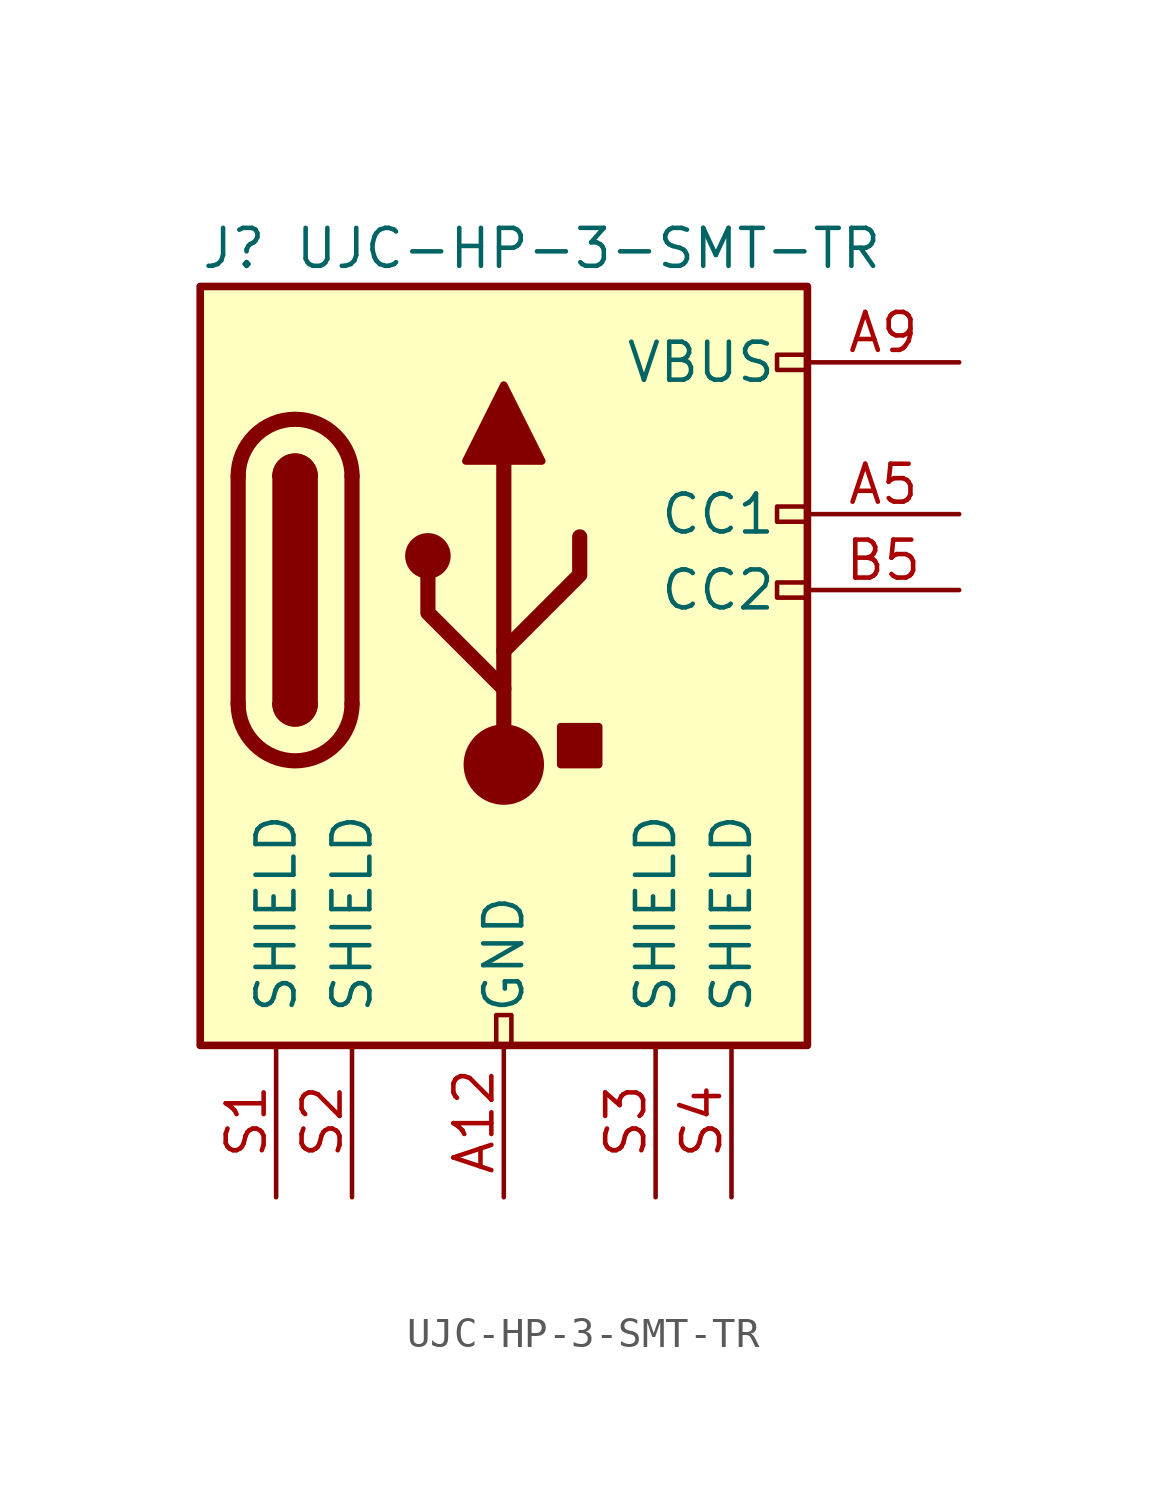
<source format=kicad_sym>
(kicad_symbol_lib
  (version 20211014)
  (generator kicad_symbol_editor)
  (symbol "UJC-HP-3-SMT-TR"
    (pin_names
      (offset 1.016))
    (property "Reference" "J"
      (at -10.16 19.05 0)
      (effects (font (size 1.27 1.27)) (justify left)))
    (property "Value" "UJC-HP-3-SMT-TR"
      (at 12.7 19.05 0)
      (effects (font (size 1.27 1.27)) (justify right)))
    (symbol "UJC-HP-3-SMT-TR_0_0"
      (rectangle (start -0.254 -7.62) (end 0.254 -6.604) (stroke (width 0) (type default) (color 0 0 0 0)) (fill (type none)))
      (rectangle (start 10.16 7.874) (end 9.144 7.366) (stroke (width 0) (type default) (color 0 0 0 0)) (fill (type none)))
      (rectangle (start 10.16 10.414) (end 9.144 9.906) (stroke (width 0) (type default) (color 0 0 0 0)) (fill (type none)))
      (rectangle (start 10.16 15.494) (end 9.144 14.986) (stroke (width 0) (type default) (color 0 0 0 0)) (fill (type none)))
      (pin passive line (at 7.62 -12.7 90) (length 5.08) (name "SHIELD" (effects (font (size 1.27 1.27)))) (number "S4" (effects (font (size 1.27 1.27))))))
    (symbol "UJC-HP-3-SMT-TR_0_1"
      (rectangle (start -10.16 17.78) (end 10.16 -7.62) (stroke (width 0.254) (type default) (color 0 0 0 0)) (fill (type background)))
      (arc (start -8.89 3.81) (mid -6.985 1.905) (end -5.08 3.81) (stroke (width 0.508) (type default) (color 0 0 0 0)) (fill (type none)))
      (arc (start -7.62 3.81) (mid -6.985 3.175) (end -6.35 3.81) (stroke (width 0.254) (type default) (color 0 0 0 0)) (fill (type none)))
      (arc (start -7.62 3.81) (mid -6.985 3.175) (end -6.35 3.81) (stroke (width 0.254) (type default) (color 0 0 0 0)) (fill (type outline)))
      (rectangle (start -7.62 3.81) (end -6.35 11.43) (stroke (width 0.254) (type default) (color 0 0 0 0)) (fill (type outline)))
      (arc (start -6.35 11.43) (mid -6.985 12.065) (end -7.62 11.43) (stroke (width 0.254) (type default) (color 0 0 0 0)) (fill (type none)))
      (arc (start -6.35 11.43) (mid -6.985 12.065) (end -7.62 11.43) (stroke (width 0.254) (type default) (color 0 0 0 0)) (fill (type outline)))
      (arc (start -5.08 11.43) (mid -6.985 13.335) (end -8.89 11.43) (stroke (width 0.508) (type default) (color 0 0 0 0)) (fill (type none)))
      (circle (center -2.54 8.763) (radius 0.635) (stroke (width 0.254) (type default) (color 0 0 0 0)) (fill (type outline)))
      (polyline (pts (xy -8.89 3.81) (xy -8.89 11.43)) (stroke (width 0.508) (type default) (color 0 0 0 0)) (fill (type none)))
      (polyline (pts (xy -5.08 11.43) (xy -5.08 3.81)) (stroke (width 0.508) (type default) (color 0 0 0 0)) (fill (type none)))
      (polyline (pts (xy 0 1.778) (xy 0 11.938)) (stroke (width 0.508) (type default) (color 0 0 0 0)) (fill (type none)))
      (polyline (pts (xy 0 4.318) (xy -2.54 6.858) (xy -2.54 8.128)) (stroke (width 0.508) (type default) (color 0 0 0 0)) (fill (type none)))
      (polyline (pts (xy 0 5.588) (xy 2.54 8.128) (xy 2.54 9.398)) (stroke (width 0.508) (type default) (color 0 0 0 0)) (fill (type none)))
      (polyline (pts (xy -1.27 11.938) (xy 0 14.478) (xy 1.27 11.938) (xy -1.27 11.938)) (stroke (width 0.254) (type default) (color 0 0 0 0)) (fill (type outline)))
      (circle (center 0 1.778) (radius 1.27) (stroke (width 0) (type default) (color 0 0 0 0)) (fill (type outline)))
      (rectangle (start 1.905 1.778) (end 3.175 3.048) (stroke (width 0.254) (type default) (color 0 0 0 0)) (fill (type outline))))
    (symbol "UJC-HP-3-SMT-TR_1_1"
      (pin passive line (at 0 -12.7 90) (length 5.08) (name "GND" (effects (font (size 1.27 1.27)))) (number "A12" (effects (font (size 1.27 1.27)))))
      (pin bidirectional line (at 15.24 10.16 180) (length 5.08) (name "CC1" (effects (font (size 1.27 1.27)))) (number "A5" (effects (font (size 1.27 1.27)))))
      (pin passive line (at 15.24 15.24 180) (length 5.08) (name "VBUS" (effects (font (size 1.27 1.27)))) (number "A9" (effects (font (size 1.27 1.27)))))
      (pin passive line (at 0 -12.7 90) (length 5.08) hide (name "GND" (effects (font (size 1.27 1.27)))) (number "B12" (effects (font (size 1.27 1.27)))))
      (pin bidirectional line (at 15.24 7.62 180) (length 5.08) (name "CC2" (effects (font (size 1.27 1.27)))) (number "B5" (effects (font (size 1.27 1.27)))))
      (pin passive line (at 15.24 15.24 180) (length 5.08) hide (name "VBUS" (effects (font (size 1.27 1.27)))) (number "B9" (effects (font (size 1.27 1.27)))))
      (pin passive line (at -7.62 -12.7 90) (length 5.08) (name "SHIELD" (effects (font (size 1.27 1.27)))) (number "S1" (effects (font (size 1.27 1.27)))))
      (pin passive line (at -5.08 -12.7 90) (length 5.08) (name "SHIELD" (effects (font (size 1.27 1.27)))) (number "S2" (effects (font (size 1.27 1.27)))))
      (pin passive line (at 5.08 -12.7 90) (length 5.08) (name "SHIELD" (effects (font (size 1.27 1.27)))) (number "S3" (effects (font (size 1.27 1.27))))))))
</source>
